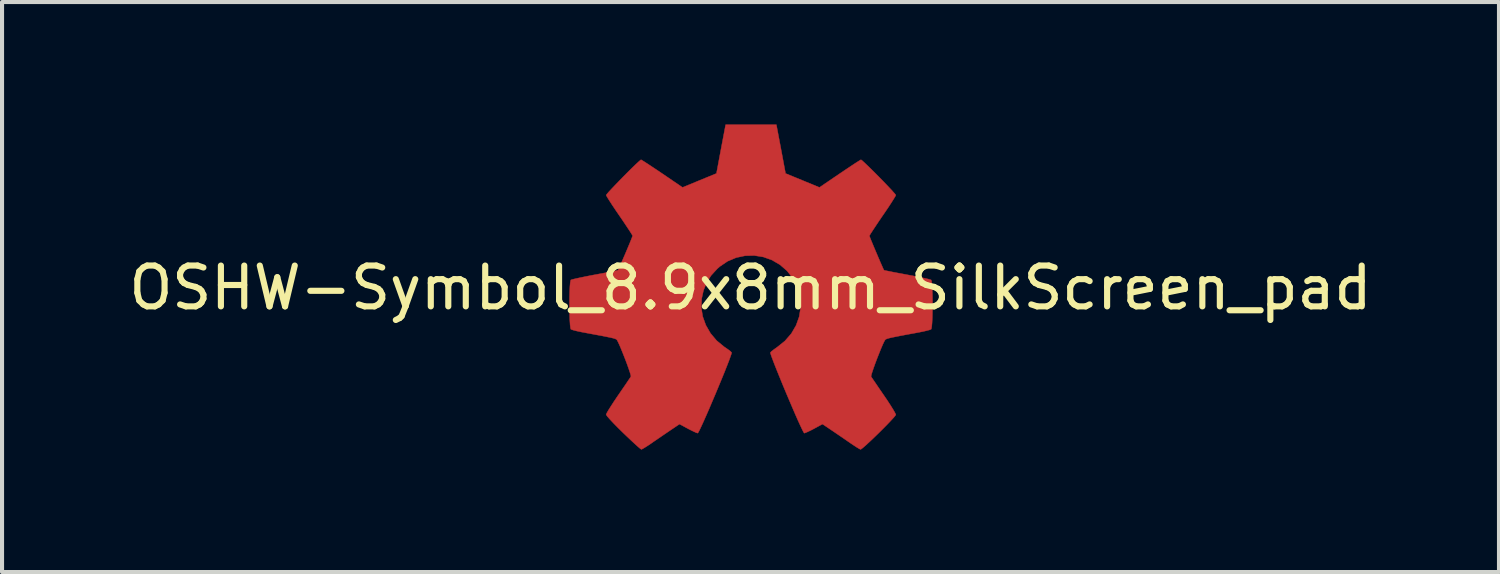
<source format=kicad_pcb>
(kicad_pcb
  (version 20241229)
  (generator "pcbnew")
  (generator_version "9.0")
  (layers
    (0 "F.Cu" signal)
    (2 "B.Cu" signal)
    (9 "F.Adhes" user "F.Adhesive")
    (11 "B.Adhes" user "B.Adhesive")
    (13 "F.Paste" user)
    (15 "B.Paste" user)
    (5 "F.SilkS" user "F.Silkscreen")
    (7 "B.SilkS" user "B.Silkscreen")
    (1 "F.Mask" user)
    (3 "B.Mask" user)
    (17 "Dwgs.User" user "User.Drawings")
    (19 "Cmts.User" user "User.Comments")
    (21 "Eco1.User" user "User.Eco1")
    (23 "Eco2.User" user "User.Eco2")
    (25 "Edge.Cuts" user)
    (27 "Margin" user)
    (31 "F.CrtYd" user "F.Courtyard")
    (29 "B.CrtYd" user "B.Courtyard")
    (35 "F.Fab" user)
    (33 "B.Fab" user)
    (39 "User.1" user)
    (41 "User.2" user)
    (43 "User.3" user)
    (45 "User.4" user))
  (footprint "OSHW-Symbol_8.9x8mm_SilkScreen_pad"
    (layer "F.Cu")
    (at 15.339 4.002)
    (property "Reference" "OSHW-Symbol_8.9x8mm_SilkScreen_pad" (at 0 0 0) (layer "F.SilkS") (effects (font (size 1 1) (thickness 0.15))))
    (attr smd)
    (fp_poly (pts (xy 0.747 -3.4) (xy 0.859 -2.802) (xy 1.275 -2.631) (xy 1.69 -2.46) (xy 2.188 -2.799) (xy 2.328 -2.893) (xy 2.454 -2.977) (xy 2.561 -3.048) (xy 2.643 -3.1) (xy 2.693 -3.131) (xy 2.707 -3.138) (xy 2.732 -3.121) (xy 2.785 -3.073) (xy 2.86 -3.002) (xy 2.952 -2.912) (xy 3.054 -2.811) (xy 3.161 -2.703) (xy 3.266 -2.596) (xy 3.363 -2.494) (xy 3.447 -2.405) (xy 3.512 -2.333) (xy 3.552 -2.286) (xy 3.561 -2.27) (xy 3.547 -2.241) (xy 3.509 -2.178) (xy 3.451 -2.086) (xy 3.376 -1.971) (xy 3.288 -1.841) (xy 3.237 -1.767) (xy 3.145 -1.632) (xy 3.063 -1.509) (xy 2.995 -1.406) (xy 2.945 -1.329) (xy 2.918 -1.283) (xy 2.914 -1.273) (xy 2.923 -1.245) (xy 2.948 -1.181) (xy 2.986 -1.09) (xy 3.032 -0.979) (xy 3.083 -0.859) (xy 3.134 -0.739) (xy 3.182 -0.627) (xy 3.224 -0.532) (xy 3.254 -0.464) (xy 3.271 -0.432) (xy 3.272 -0.431) (xy 3.297 -0.424) (xy 3.364 -0.411) (xy 3.466 -0.39) (xy 3.597 -0.365) (xy 3.748 -0.337) (xy 3.837 -0.32) (xy 3.998 -0.29) (xy 4.145 -0.26) (xy 4.268 -0.234) (xy 4.36 -0.213) (xy 4.415 -0.197) (xy 4.426 -0.193) (xy 4.437 -0.16) (xy 4.446 -0.086) (xy 4.452 0.02) (xy 4.457 0.15) (xy 4.46 0.296) (xy 4.46 0.448) (xy 4.458 0.598) (xy 4.455 0.737) (xy 4.449 0.857) (xy 4.441 0.949) (xy 4.431 1.005) (xy 4.425 1.016) (xy 4.39 1.03) (xy 4.316 1.05) (xy 4.212 1.074) (xy 4.089 1.098) (xy 4.046 1.106) (xy 3.838 1.144) (xy 3.674 1.175) (xy 3.548 1.2) (xy 3.455 1.219) (xy 3.389 1.235) (xy 3.346 1.248) (xy 3.318 1.26) (xy 3.302 1.272) (xy 3.3 1.274) (xy 3.278 1.311) (xy 3.243 1.384) (xy 3.2 1.484) (xy 3.153 1.601) (xy 3.103 1.727) (xy 3.056 1.852) (xy 3.014 1.969) (xy 2.981 2.067) (xy 2.96 2.138) (xy 2.954 2.173) (xy 2.954 2.174) (xy 2.973 2.203) (xy 3.016 2.266) (xy 3.078 2.357) (xy 3.154 2.469) (xy 3.241 2.596) (xy 3.266 2.632) (xy 3.355 2.763) (xy 3.433 2.883) (xy 3.496 2.984) (xy 3.539 3.06) (xy 3.56 3.103) (xy 3.561 3.109) (xy 3.544 3.137) (xy 3.496 3.193) (xy 3.424 3.271) (xy 3.334 3.365) (xy 3.232 3.468) (xy 3.124 3.575) (xy 3.016 3.68) (xy 2.914 3.776) (xy 2.825 3.858) (xy 2.755 3.919) (xy 2.709 3.954) (xy 2.696 3.959) (xy 2.667 3.946) (xy 2.607 3.91) (xy 2.526 3.857) (xy 2.463 3.815) (xy 2.35 3.737) (xy 2.216 3.645) (xy 2.081 3.553) (xy 2.009 3.504) (xy 1.764 3.339) (xy 1.559 3.45) (xy 1.465 3.499) (xy 1.385 3.536) (xy 1.331 3.558) (xy 1.318 3.561) (xy 1.301 3.539) (xy 1.269 3.476) (xy 1.223 3.379) (xy 1.165 3.253) (xy 1.099 3.103) (xy 1.027 2.936) (xy 0.951 2.758) (xy 0.873 2.574) (xy 0.796 2.39) (xy 0.723 2.211) (xy 0.655 2.044) (xy 0.596 1.895) (xy 0.547 1.768) (xy 0.511 1.671) (xy 0.491 1.608) (xy 0.488 1.586) (xy 0.513 1.558) (xy 0.57 1.514) (xy 0.644 1.461) (xy 0.651 1.457) (xy 0.844 1.302) (xy 1 1.122) (xy 1.117 0.921) (xy 1.194 0.706) (xy 1.229 0.483) (xy 1.222 0.257) (xy 1.17 0.034) (xy 1.073 -0.18) (xy 1.044 -0.226) (xy 0.896 -0.415) (xy 0.72 -0.567) (xy 0.524 -0.681) (xy 0.313 -0.756) (xy 0.093 -0.791) (xy -0.13 -0.786) (xy -0.349 -0.74) (xy -0.559 -0.652) (xy -0.753 -0.521) (xy -0.813 -0.468) (xy -0.966 -0.301) (xy -1.077 -0.126) (xy -1.153 0.07) (xy -1.196 0.265) (xy -1.206 0.483) (xy -1.171 0.703) (xy -1.094 0.916) (xy -0.979 1.116) (xy -0.829 1.294) (xy -0.647 1.444) (xy -0.623 1.46) (xy -0.548 1.512) (xy -0.49 1.557) (xy -0.463 1.585) (xy -0.462 1.586) (xy -0.468 1.617) (xy -0.492 1.687) (xy -0.53 1.791) (xy -0.581 1.922) (xy -0.642 2.076) (xy -0.711 2.245) (xy -0.786 2.425) (xy -0.863 2.61) (xy -0.941 2.793) (xy -1.016 2.97) (xy -1.088 3.134) (xy -1.152 3.279) (xy -1.208 3.4) (xy -1.251 3.491) (xy -1.281 3.546) (xy -1.293 3.561) (xy -1.329 3.55) (xy -1.397 3.519) (xy -1.485 3.476) (xy -1.534 3.45) (xy -1.739 3.339) (xy -1.984 3.504) (xy -2.109 3.589) (xy -2.246 3.683) (xy -2.374 3.77) (xy -2.438 3.815) (xy -2.528 3.875) (xy -2.605 3.923) (xy -2.658 3.953) (xy -2.675 3.959) (xy -2.7 3.942) (xy -2.755 3.895) (xy -2.835 3.823) (xy -2.934 3.731) (xy -3.048 3.623) (xy -3.12 3.554) (xy -3.245 3.431) (xy -3.354 3.32) (xy -3.441 3.227) (xy -3.503 3.157) (xy -3.534 3.114) (xy -3.537 3.105) (xy -3.523 3.072) (xy -3.485 3.005) (xy -3.426 2.911) (xy -3.352 2.796) (xy -3.266 2.668) (xy -3.241 2.632) (xy -3.152 2.502) (xy -3.072 2.386) (xy -3.006 2.288) (xy -2.958 2.217) (xy -2.932 2.178) (xy -2.93 2.174) (xy -2.933 2.143) (xy -2.953 2.076) (xy -2.985 1.98) (xy -3.026 1.865) (xy -3.073 1.74) (xy -3.123 1.614) (xy -3.171 1.495) (xy -3.214 1.394) (xy -3.25 1.318) (xy -3.273 1.276) (xy -3.275 1.274) (xy -3.29 1.262) (xy -3.314 1.25) (xy -3.355 1.237) (xy -3.416 1.222) (xy -3.503 1.204) (xy -3.622 1.18) (xy -3.779 1.151) (xy -3.978 1.114) (xy -4.021 1.106) (xy -4.149 1.082) (xy -4.26 1.058) (xy -4.345 1.036) (xy -4.394 1.02) (xy -4.401 1.016) (xy -4.411 0.983) (xy -4.42 0.909) (xy -4.427 0.802) (xy -4.432 0.672) (xy -4.434 0.526) (xy -4.435 0.374) (xy -4.434 0.224) (xy -4.43 0.085) (xy -4.425 -0.034) (xy -4.417 -0.126) (xy -4.407 -0.181) (xy -4.401 -0.193) (xy -4.369 -0.204) (xy -4.295 -0.222) (xy -4.186 -0.246) (xy -4.051 -0.274) (xy -3.896 -0.305) (xy -3.812 -0.32) (xy -3.652 -0.35) (xy -3.509 -0.377) (xy -3.391 -0.4) (xy -3.304 -0.418) (xy -3.255 -0.428) (xy -3.247 -0.431) (xy -3.233 -0.457) (xy -3.204 -0.52) (xy -3.164 -0.611) (xy -3.117 -0.721) (xy -3.065 -0.841) (xy -3.014 -0.962) (xy -2.967 -1.074) (xy -2.928 -1.17) (xy -2.901 -1.239) (xy -2.889 -1.273) (xy -2.889 -1.274) (xy -2.902 -1.301) (xy -2.94 -1.362) (xy -2.999 -1.452) (xy -3.074 -1.565) (xy -3.161 -1.694) (xy -3.212 -1.768) (xy -3.305 -1.904) (xy -3.387 -2.027) (xy -3.455 -2.132) (xy -3.505 -2.212) (xy -3.532 -2.26) (xy -3.536 -2.271) (xy -3.519 -2.296) (xy -3.473 -2.35) (xy -3.402 -2.426) (xy -3.314 -2.519) (xy -3.214 -2.623) (xy -3.108 -2.731) (xy -3.002 -2.838) (xy -2.902 -2.937) (xy -2.814 -3.022) (xy -2.743 -3.088) (xy -2.697 -3.128) (xy -2.682 -3.138) (xy -2.656 -3.124) (xy -2.596 -3.086) (xy -2.506 -3.028) (xy -2.393 -2.953) (xy -2.262 -2.866) (xy -2.163 -2.799) (xy -1.665 -2.46) (xy -1.25 -2.631) (xy -0.834 -2.802) (xy -0.722 -3.4) (xy -0.609 -3.997) (xy 0.634 -3.997) (xy 0.747 -3.4)) (stroke (width 0.01) (type solid)) (fill yes) (layer "F.Cu"))
    (fp_poly (pts (xy 0.747 -3.4) (xy 0.859 -2.802) (xy 1.275 -2.631) (xy 1.69 -2.46) (xy 2.188 -2.799) (xy 2.328 -2.893) (xy 2.454 -2.977) (xy 2.561 -3.048) (xy 2.643 -3.1) (xy 2.693 -3.131) (xy 2.707 -3.138) (xy 2.732 -3.121) (xy 2.785 -3.073) (xy 2.86 -3.002) (xy 2.952 -2.912) (xy 3.054 -2.811) (xy 3.161 -2.703) (xy 3.266 -2.596) (xy 3.363 -2.494) (xy 3.447 -2.405) (xy 3.512 -2.333) (xy 3.552 -2.286) (xy 3.561 -2.27) (xy 3.547 -2.241) (xy 3.509 -2.178) (xy 3.451 -2.086) (xy 3.376 -1.971) (xy 3.288 -1.841) (xy 3.237 -1.767) (xy 3.145 -1.632) (xy 3.063 -1.509) (xy 2.995 -1.406) (xy 2.945 -1.329) (xy 2.918 -1.283) (xy 2.914 -1.273) (xy 2.923 -1.245) (xy 2.948 -1.181) (xy 2.986 -1.09) (xy 3.032 -0.979) (xy 3.083 -0.859) (xy 3.134 -0.739) (xy 3.182 -0.627) (xy 3.224 -0.532) (xy 3.254 -0.464) (xy 3.271 -0.432) (xy 3.272 -0.431) (xy 3.297 -0.424) (xy 3.364 -0.411) (xy 3.466 -0.39) (xy 3.597 -0.365) (xy 3.748 -0.337) (xy 3.837 -0.32) (xy 3.998 -0.29) (xy 4.145 -0.26) (xy 4.268 -0.234) (xy 4.36 -0.213) (xy 4.415 -0.197) (xy 4.426 -0.193) (xy 4.437 -0.16) (xy 4.446 -0.086) (xy 4.452 0.02) (xy 4.457 0.15) (xy 4.46 0.296) (xy 4.46 0.448) (xy 4.458 0.598) (xy 4.455 0.737) (xy 4.449 0.857) (xy 4.441 0.949) (xy 4.431 1.005) (xy 4.425 1.016) (xy 4.39 1.03) (xy 4.316 1.05) (xy 4.212 1.074) (xy 4.089 1.098) (xy 4.046 1.106) (xy 3.838 1.144) (xy 3.674 1.175) (xy 3.548 1.2) (xy 3.455 1.219) (xy 3.389 1.235) (xy 3.346 1.248) (xy 3.318 1.26) (xy 3.302 1.272) (xy 3.3 1.274) (xy 3.278 1.311) (xy 3.243 1.384) (xy 3.2 1.484) (xy 3.153 1.601) (xy 3.103 1.727) (xy 3.056 1.852) (xy 3.014 1.969) (xy 2.981 2.067) (xy 2.96 2.138) (xy 2.954 2.173) (xy 2.954 2.174) (xy 2.973 2.203) (xy 3.016 2.266) (xy 3.078 2.357) (xy 3.154 2.469) (xy 3.241 2.596) (xy 3.266 2.632) (xy 3.355 2.763) (xy 3.433 2.883) (xy 3.496 2.984) (xy 3.539 3.06) (xy 3.56 3.103) (xy 3.561 3.109) (xy 3.544 3.137) (xy 3.496 3.193) (xy 3.424 3.271) (xy 3.334 3.365) (xy 3.232 3.468) (xy 3.124 3.575) (xy 3.016 3.68) (xy 2.914 3.776) (xy 2.825 3.858) (xy 2.755 3.919) (xy 2.709 3.954) (xy 2.696 3.959) (xy 2.667 3.946) (xy 2.607 3.91) (xy 2.526 3.857) (xy 2.463 3.815) (xy 2.35 3.737) (xy 2.216 3.645) (xy 2.081 3.553) (xy 2.009 3.504) (xy 1.764 3.339) (xy 1.559 3.45) (xy 1.465 3.499) (xy 1.385 3.536) (xy 1.331 3.558) (xy 1.318 3.561) (xy 1.301 3.539) (xy 1.269 3.476) (xy 1.223 3.379) (xy 1.165 3.253) (xy 1.099 3.103) (xy 1.027 2.936) (xy 0.951 2.758) (xy 0.873 2.574) (xy 0.796 2.39) (xy 0.723 2.211) (xy 0.655 2.044) (xy 0.596 1.895) (xy 0.547 1.768) (xy 0.511 1.671) (xy 0.491 1.608) (xy 0.488 1.586) (xy 0.513 1.558) (xy 0.57 1.514) (xy 0.644 1.461) (xy 0.651 1.457) (xy 0.844 1.302) (xy 1 1.122) (xy 1.117 0.921) (xy 1.194 0.706) (xy 1.229 0.483) (xy 1.222 0.257) (xy 1.17 0.034) (xy 1.073 -0.18) (xy 1.044 -0.226) (xy 0.896 -0.415) (xy 0.72 -0.567) (xy 0.524 -0.681) (xy 0.313 -0.756) (xy 0.093 -0.791) (xy -0.13 -0.786) (xy -0.349 -0.74) (xy -0.559 -0.652) (xy -0.753 -0.521) (xy -0.813 -0.468) (xy -0.966 -0.301) (xy -1.077 -0.126) (xy -1.153 0.07) (xy -1.196 0.265) (xy -1.206 0.483) (xy -1.171 0.703) (xy -1.094 0.916) (xy -0.979 1.116) (xy -0.829 1.294) (xy -0.647 1.444) (xy -0.623 1.46) (xy -0.548 1.512) (xy -0.49 1.557) (xy -0.463 1.585) (xy -0.462 1.586) (xy -0.468 1.617) (xy -0.492 1.687) (xy -0.53 1.791) (xy -0.581 1.922) (xy -0.642 2.076) (xy -0.711 2.245) (xy -0.786 2.425) (xy -0.863 2.61) (xy -0.941 2.793) (xy -1.016 2.97) (xy -1.088 3.134) (xy -1.152 3.279) (xy -1.208 3.4) (xy -1.251 3.491) (xy -1.281 3.546) (xy -1.293 3.561) (xy -1.329 3.55) (xy -1.397 3.519) (xy -1.485 3.476) (xy -1.534 3.45) (xy -1.739 3.339) (xy -1.984 3.504) (xy -2.109 3.589) (xy -2.246 3.683) (xy -2.374 3.77) (xy -2.438 3.815) (xy -2.528 3.875) (xy -2.605 3.923) (xy -2.658 3.953) (xy -2.675 3.959) (xy -2.7 3.942) (xy -2.755 3.895) (xy -2.835 3.823) (xy -2.934 3.731) (xy -3.048 3.623) (xy -3.12 3.554) (xy -3.245 3.431) (xy -3.354 3.32) (xy -3.441 3.227) (xy -3.503 3.157) (xy -3.534 3.114) (xy -3.537 3.105) (xy -3.523 3.072) (xy -3.485 3.005) (xy -3.426 2.911) (xy -3.352 2.796) (xy -3.266 2.668) (xy -3.241 2.632) (xy -3.152 2.502) (xy -3.072 2.386) (xy -3.006 2.288) (xy -2.958 2.217) (xy -2.932 2.178) (xy -2.93 2.174) (xy -2.933 2.143) (xy -2.953 2.076) (xy -2.985 1.98) (xy -3.026 1.865) (xy -3.073 1.74) (xy -3.123 1.614) (xy -3.171 1.495) (xy -3.214 1.394) (xy -3.25 1.318) (xy -3.273 1.276) (xy -3.275 1.274) (xy -3.29 1.262) (xy -3.314 1.25) (xy -3.355 1.237) (xy -3.416 1.222) (xy -3.503 1.204) (xy -3.622 1.18) (xy -3.779 1.151) (xy -3.978 1.114) (xy -4.021 1.106) (xy -4.149 1.082) (xy -4.26 1.058) (xy -4.345 1.036) (xy -4.394 1.02) (xy -4.401 1.016) (xy -4.411 0.983) (xy -4.42 0.909) (xy -4.427 0.802) (xy -4.432 0.672) (xy -4.434 0.526) (xy -4.435 0.374) (xy -4.434 0.224) (xy -4.43 0.085) (xy -4.425 -0.034) (xy -4.417 -0.126) (xy -4.407 -0.181) (xy -4.401 -0.193) (xy -4.369 -0.204) (xy -4.295 -0.222) (xy -4.186 -0.246) (xy -4.051 -0.274) (xy -3.896 -0.305) (xy -3.812 -0.32) (xy -3.652 -0.35) (xy -3.509 -0.377) (xy -3.391 -0.4) (xy -3.304 -0.418) (xy -3.255 -0.428) (xy -3.247 -0.431) (xy -3.233 -0.457) (xy -3.204 -0.52) (xy -3.164 -0.611) (xy -3.117 -0.721) (xy -3.065 -0.841) (xy -3.014 -0.962) (xy -2.967 -1.074) (xy -2.928 -1.17) (xy -2.901 -1.239) (xy -2.889 -1.273) (xy -2.889 -1.274) (xy -2.902 -1.301) (xy -2.94 -1.362) (xy -2.999 -1.452) (xy -3.074 -1.565) (xy -3.161 -1.694) (xy -3.212 -1.768) (xy -3.305 -1.904) (xy -3.387 -2.027) (xy -3.455 -2.132) (xy -3.505 -2.212) (xy -3.532 -2.26) (xy -3.536 -2.271) (xy -3.519 -2.296) (xy -3.473 -2.35) (xy -3.402 -2.426) (xy -3.314 -2.519) (xy -3.214 -2.623) (xy -3.108 -2.731) (xy -3.002 -2.838) (xy -2.902 -2.937) (xy -2.814 -3.022) (xy -2.743 -3.088) (xy -2.697 -3.128) (xy -2.682 -3.138) (xy -2.656 -3.124) (xy -2.596 -3.086) (xy -2.506 -3.028) (xy -2.393 -2.953) (xy -2.262 -2.866) (xy -2.163 -2.799) (xy -1.665 -2.46) (xy -1.25 -2.631) (xy -0.834 -2.802) (xy -0.722 -3.4) (xy -0.609 -3.997) (xy 0.634 -3.997) (xy 0.747 -3.4)) (stroke (width 0.01) (type solid)) (fill yes) (layer "F.Mask"))
    (fp_poly (pts (xy 0.747 -3.4) (xy 0.859 -2.802) (xy 1.275 -2.631) (xy 1.69 -2.46) (xy 2.188 -2.799) (xy 2.328 -2.893) (xy 2.454 -2.977) (xy 2.561 -3.048) (xy 2.643 -3.1) (xy 2.693 -3.131) (xy 2.707 -3.138) (xy 2.732 -3.121) (xy 2.785 -3.073) (xy 2.86 -3.002) (xy 2.952 -2.912) (xy 3.054 -2.811) (xy 3.161 -2.703) (xy 3.266 -2.596) (xy 3.363 -2.494) (xy 3.447 -2.405) (xy 3.512 -2.333) (xy 3.552 -2.286) (xy 3.561 -2.27) (xy 3.547 -2.241) (xy 3.509 -2.178) (xy 3.451 -2.086) (xy 3.376 -1.971) (xy 3.288 -1.841) (xy 3.237 -1.767) (xy 3.145 -1.632) (xy 3.063 -1.509) (xy 2.995 -1.406) (xy 2.945 -1.329) (xy 2.918 -1.283) (xy 2.914 -1.273) (xy 2.923 -1.245) (xy 2.948 -1.181) (xy 2.986 -1.09) (xy 3.032 -0.979) (xy 3.083 -0.859) (xy 3.134 -0.739) (xy 3.182 -0.627) (xy 3.224 -0.532) (xy 3.254 -0.464) (xy 3.271 -0.432) (xy 3.272 -0.431) (xy 3.297 -0.424) (xy 3.364 -0.411) (xy 3.466 -0.39) (xy 3.597 -0.365) (xy 3.748 -0.337) (xy 3.837 -0.32) (xy 3.998 -0.29) (xy 4.145 -0.26) (xy 4.268 -0.234) (xy 4.36 -0.213) (xy 4.415 -0.197) (xy 4.426 -0.193) (xy 4.437 -0.16) (xy 4.446 -0.086) (xy 4.452 0.02) (xy 4.457 0.15) (xy 4.46 0.296) (xy 4.46 0.448) (xy 4.458 0.598) (xy 4.455 0.737) (xy 4.449 0.857) (xy 4.441 0.949) (xy 4.431 1.005) (xy 4.425 1.016) (xy 4.39 1.03) (xy 4.316 1.05) (xy 4.212 1.074) (xy 4.089 1.098) (xy 4.046 1.106) (xy 3.838 1.144) (xy 3.674 1.175) (xy 3.548 1.2) (xy 3.455 1.219) (xy 3.389 1.235) (xy 3.346 1.248) (xy 3.318 1.26) (xy 3.302 1.272) (xy 3.3 1.274) (xy 3.278 1.311) (xy 3.243 1.384) (xy 3.2 1.484) (xy 3.153 1.601) (xy 3.103 1.727) (xy 3.056 1.852) (xy 3.014 1.969) (xy 2.981 2.067) (xy 2.96 2.138) (xy 2.954 2.173) (xy 2.954 2.174) (xy 2.973 2.203) (xy 3.016 2.266) (xy 3.078 2.357) (xy 3.154 2.469) (xy 3.241 2.596) (xy 3.266 2.632) (xy 3.355 2.763) (xy 3.433 2.883) (xy 3.496 2.984) (xy 3.539 3.06) (xy 3.56 3.103) (xy 3.561 3.109) (xy 3.544 3.137) (xy 3.496 3.193) (xy 3.424 3.271) (xy 3.334 3.365) (xy 3.232 3.468) (xy 3.124 3.575) (xy 3.016 3.68) (xy 2.914 3.776) (xy 2.825 3.858) (xy 2.755 3.919) (xy 2.709 3.954) (xy 2.696 3.959) (xy 2.667 3.946) (xy 2.607 3.91) (xy 2.526 3.857) (xy 2.463 3.815) (xy 2.35 3.737) (xy 2.216 3.645) (xy 2.081 3.553) (xy 2.009 3.504) (xy 1.764 3.339) (xy 1.559 3.45) (xy 1.465 3.499) (xy 1.385 3.536) (xy 1.331 3.558) (xy 1.318 3.561) (xy 1.301 3.539) (xy 1.269 3.476) (xy 1.223 3.379) (xy 1.165 3.253) (xy 1.099 3.103) (xy 1.027 2.936) (xy 0.951 2.758) (xy 0.873 2.574) (xy 0.796 2.39) (xy 0.723 2.211) (xy 0.655 2.044) (xy 0.596 1.895) (xy 0.547 1.768) (xy 0.511 1.671) (xy 0.491 1.608) (xy 0.488 1.586) (xy 0.513 1.558) (xy 0.57 1.514) (xy 0.644 1.461) (xy 0.651 1.457) (xy 0.844 1.302) (xy 1 1.122) (xy 1.117 0.921) (xy 1.194 0.706) (xy 1.229 0.483) (xy 1.222 0.257) (xy 1.17 0.034) (xy 1.073 -0.18) (xy 1.044 -0.226) (xy 0.896 -0.415) (xy 0.72 -0.567) (xy 0.524 -0.681) (xy 0.313 -0.756) (xy 0.093 -0.791) (xy -0.13 -0.786) (xy -0.349 -0.74) (xy -0.559 -0.652) (xy -0.753 -0.521) (xy -0.813 -0.468) (xy -0.966 -0.301) (xy -1.077 -0.126) (xy -1.153 0.07) (xy -1.196 0.265) (xy -1.206 0.483) (xy -1.171 0.703) (xy -1.094 0.916) (xy -0.979 1.116) (xy -0.829 1.294) (xy -0.647 1.444) (xy -0.623 1.46) (xy -0.548 1.512) (xy -0.49 1.557) (xy -0.463 1.585) (xy -0.462 1.586) (xy -0.468 1.617) (xy -0.492 1.687) (xy -0.53 1.791) (xy -0.581 1.922) (xy -0.642 2.076) (xy -0.711 2.245) (xy -0.786 2.425) (xy -0.863 2.61) (xy -0.941 2.793) (xy -1.016 2.97) (xy -1.088 3.134) (xy -1.152 3.279) (xy -1.208 3.4) (xy -1.251 3.491) (xy -1.281 3.546) (xy -1.293 3.561) (xy -1.329 3.55) (xy -1.397 3.519) (xy -1.485 3.476) (xy -1.534 3.45) (xy -1.739 3.339) (xy -1.984 3.504) (xy -2.109 3.589) (xy -2.246 3.683) (xy -2.374 3.77) (xy -2.438 3.815) (xy -2.528 3.875) (xy -2.605 3.923) (xy -2.658 3.953) (xy -2.675 3.959) (xy -2.7 3.942) (xy -2.755 3.895) (xy -2.835 3.823) (xy -2.934 3.731) (xy -3.048 3.623) (xy -3.12 3.554) (xy -3.245 3.431) (xy -3.354 3.32) (xy -3.441 3.227) (xy -3.503 3.157) (xy -3.534 3.114) (xy -3.537 3.105) (xy -3.523 3.072) (xy -3.485 3.005) (xy -3.426 2.911) (xy -3.352 2.796) (xy -3.266 2.668) (xy -3.241 2.632) (xy -3.152 2.502) (xy -3.072 2.386) (xy -3.006 2.288) (xy -2.958 2.217) (xy -2.932 2.178) (xy -2.93 2.174) (xy -2.933 2.143) (xy -2.953 2.076) (xy -2.985 1.98) (xy -3.026 1.865) (xy -3.073 1.74) (xy -3.123 1.614) (xy -3.171 1.495) (xy -3.214 1.394) (xy -3.25 1.318) (xy -3.273 1.276) (xy -3.275 1.274) (xy -3.29 1.262) (xy -3.314 1.25) (xy -3.355 1.237) (xy -3.416 1.222) (xy -3.503 1.204) (xy -3.622 1.18) (xy -3.779 1.151) (xy -3.978 1.114) (xy -4.021 1.106) (xy -4.149 1.082) (xy -4.26 1.058) (xy -4.345 1.036) (xy -4.394 1.02) (xy -4.401 1.016) (xy -4.411 0.983) (xy -4.42 0.909) (xy -4.427 0.802) (xy -4.432 0.672) (xy -4.434 0.526) (xy -4.435 0.374) (xy -4.434 0.224) (xy -4.43 0.085) (xy -4.425 -0.034) (xy -4.417 -0.126) (xy -4.407 -0.181) (xy -4.401 -0.193) (xy -4.369 -0.204) (xy -4.295 -0.222) (xy -4.186 -0.246) (xy -4.051 -0.274) (xy -3.896 -0.305) (xy -3.812 -0.32) (xy -3.652 -0.35) (xy -3.509 -0.377) (xy -3.391 -0.4) (xy -3.304 -0.418) (xy -3.255 -0.428) (xy -3.247 -0.431) (xy -3.233 -0.457) (xy -3.204 -0.52) (xy -3.164 -0.611) (xy -3.117 -0.721) (xy -3.065 -0.841) (xy -3.014 -0.962) (xy -2.967 -1.074) (xy -2.928 -1.17) (xy -2.901 -1.239) (xy -2.889 -1.273) (xy -2.889 -1.274) (xy -2.902 -1.301) (xy -2.94 -1.362) (xy -2.999 -1.452) (xy -3.074 -1.565) (xy -3.161 -1.694) (xy -3.212 -1.768) (xy -3.305 -1.904) (xy -3.387 -2.027) (xy -3.455 -2.132) (xy -3.505 -2.212) (xy -3.532 -2.26) (xy -3.536 -2.271) (xy -3.519 -2.296) (xy -3.473 -2.35) (xy -3.402 -2.426) (xy -3.314 -2.519) (xy -3.214 -2.623) (xy -3.108 -2.731) (xy -3.002 -2.838) (xy -2.902 -2.937) (xy -2.814 -3.022) (xy -2.743 -3.088) (xy -2.697 -3.128) (xy -2.682 -3.138) (xy -2.656 -3.124) (xy -2.596 -3.086) (xy -2.506 -3.028) (xy -2.393 -2.953) (xy -2.262 -2.866) (xy -2.163 -2.799) (xy -1.665 -2.46) (xy -1.25 -2.631) (xy -0.834 -2.802) (xy -0.722 -3.4) (xy -0.609 -3.997) (xy 0.634 -3.997) (xy 0.747 -3.4)) (stroke (width 0.01) (type solid)) (fill yes) (layer "F.Paste")))
  (gr_rect
    (start -3 -3)
    (end 33.679 10.966)
    (stroke (width 0.1) (type default))
    (fill no)
    (layer "Edge.Cuts")))
</source>
